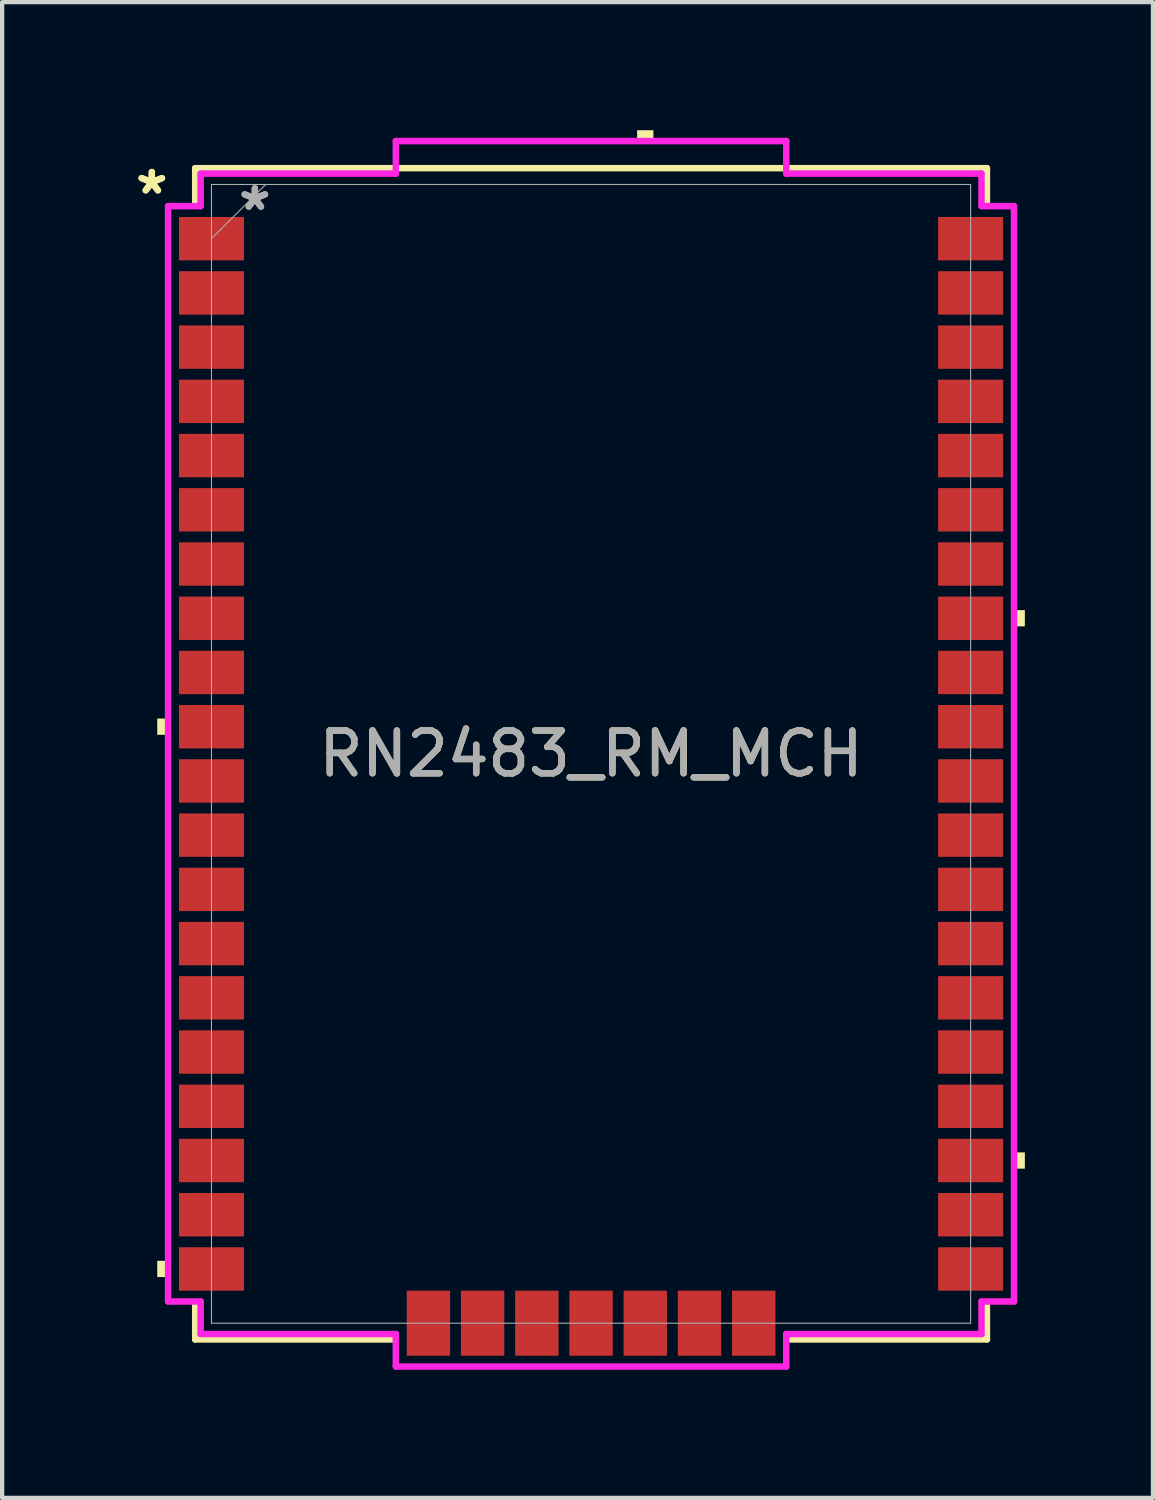
<source format=kicad_pcb>
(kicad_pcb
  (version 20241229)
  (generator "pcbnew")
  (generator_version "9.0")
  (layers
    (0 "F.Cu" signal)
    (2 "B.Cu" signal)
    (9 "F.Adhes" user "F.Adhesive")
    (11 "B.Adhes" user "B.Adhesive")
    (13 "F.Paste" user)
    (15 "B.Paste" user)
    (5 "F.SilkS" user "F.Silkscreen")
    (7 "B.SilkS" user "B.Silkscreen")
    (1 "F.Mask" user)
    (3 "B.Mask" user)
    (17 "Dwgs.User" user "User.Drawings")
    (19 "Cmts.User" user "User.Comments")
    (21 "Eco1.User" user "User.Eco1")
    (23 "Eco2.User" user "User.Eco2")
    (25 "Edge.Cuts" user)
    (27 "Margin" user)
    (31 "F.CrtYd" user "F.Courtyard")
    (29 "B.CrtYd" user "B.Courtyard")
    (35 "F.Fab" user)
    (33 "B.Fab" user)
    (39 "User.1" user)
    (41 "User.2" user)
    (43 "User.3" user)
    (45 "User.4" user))
  (footprint "RN2483_RM_MCH"
    (layer "F.Cu")
    (at 10.793 14.605)
    (property "Reference" "RN2483_RM_MCH" (at 0 0 0) (unlocked yes) (layer "F.SilkS") (effects (font (size 1 1) (thickness 0.15))))
    (attr smd)
    (fp_line (start -9.271 -13.716) (end -9.271 -12.906) (stroke (width 0.152) (type solid)) (layer "F.SilkS"))
    (fp_line (start -9.271 12.906) (end -9.271 13.716) (stroke (width 0.152) (type solid)) (layer "F.SilkS"))
    (fp_line (start -9.271 13.716) (end -4.651 13.716) (stroke (width 0.152) (type solid)) (layer "F.SilkS"))
    (fp_line (start 4.651 13.716) (end 9.271 13.716) (stroke (width 0.152) (type solid)) (layer "F.SilkS"))
    (fp_line (start 9.271 -13.716) (end -9.271 -13.716) (stroke (width 0.152) (type solid)) (layer "F.SilkS"))
    (fp_line (start 9.271 -12.906) (end 9.271 -13.716) (stroke (width 0.152) (type solid)) (layer "F.SilkS"))
    (fp_line (start 9.271 13.716) (end 9.271 12.906) (stroke (width 0.152) (type solid)) (layer "F.SilkS"))
    (fp_poly (pts (xy -10.16 -0.826) (xy -10.16 -0.445) (xy -9.906 -0.445) (xy -9.906 -0.826)) (stroke (width 0) (type solid)) (fill yes) (layer "F.SilkS"))
    (fp_poly (pts (xy -10.16 11.874) (xy -10.16 12.255) (xy -9.906 12.255) (xy -9.906 11.874)) (stroke (width 0) (type solid)) (fill yes) (layer "F.SilkS"))
    (fp_poly (pts (xy 1.079 -14.351) (xy 1.079 -14.605) (xy 1.46 -14.605) (xy 1.46 -14.351)) (stroke (width 0) (type solid)) (fill yes) (layer "F.SilkS"))
    (fp_poly (pts (xy 10.16 -3.365) (xy 10.16 -2.985) (xy 9.906 -2.985) (xy 9.906 -3.365)) (stroke (width 0) (type solid)) (fill yes) (layer "F.SilkS"))
    (fp_poly (pts (xy 10.16 9.335) (xy 10.16 9.716) (xy 9.906 9.716) (xy 9.906 9.335)) (stroke (width 0) (type solid)) (fill yes) (layer "F.SilkS"))
    (fp_line (start -9.906 -12.827) (end -9.144 -12.827) (stroke (width 0.152) (type solid)) (layer "F.CrtYd"))
    (fp_line (start -9.906 12.827) (end -9.906 -12.827) (stroke (width 0.152) (type solid)) (layer "F.CrtYd"))
    (fp_line (start -9.144 -13.589) (end -4.572 -13.589) (stroke (width 0.152) (type solid)) (layer "F.CrtYd"))
    (fp_line (start -9.144 -12.827) (end -9.144 -13.589) (stroke (width 0.152) (type solid)) (layer "F.CrtYd"))
    (fp_line (start -9.144 12.827) (end -9.906 12.827) (stroke (width 0.152) (type solid)) (layer "F.CrtYd"))
    (fp_line (start -9.144 13.589) (end -9.144 12.827) (stroke (width 0.152) (type solid)) (layer "F.CrtYd"))
    (fp_line (start -4.572 -14.351) (end 4.572 -14.351) (stroke (width 0.152) (type solid)) (layer "F.CrtYd"))
    (fp_line (start -4.572 -13.589) (end -4.572 -14.351) (stroke (width 0.152) (type solid)) (layer "F.CrtYd"))
    (fp_line (start -4.572 13.589) (end -9.144 13.589) (stroke (width 0.152) (type solid)) (layer "F.CrtYd"))
    (fp_line (start -4.572 14.351) (end -4.572 13.589) (stroke (width 0.152) (type solid)) (layer "F.CrtYd"))
    (fp_line (start 4.572 -14.351) (end 4.572 -13.589) (stroke (width 0.152) (type solid)) (layer "F.CrtYd"))
    (fp_line (start 4.572 -13.589) (end 9.144 -13.589) (stroke (width 0.152) (type solid)) (layer "F.CrtYd"))
    (fp_line (start 4.572 13.589) (end 4.572 14.351) (stroke (width 0.152) (type solid)) (layer "F.CrtYd"))
    (fp_line (start 4.572 14.351) (end -4.572 14.351) (stroke (width 0.152) (type solid)) (layer "F.CrtYd"))
    (fp_line (start 9.144 -13.589) (end 9.144 -12.827) (stroke (width 0.152) (type solid)) (layer "F.CrtYd"))
    (fp_line (start 9.144 -12.827) (end 9.906 -12.827) (stroke (width 0.152) (type solid)) (layer "F.CrtYd"))
    (fp_line (start 9.144 12.827) (end 9.144 13.589) (stroke (width 0.152) (type solid)) (layer "F.CrtYd"))
    (fp_line (start 9.144 13.589) (end 4.572 13.589) (stroke (width 0.152) (type solid)) (layer "F.CrtYd"))
    (fp_line (start 9.906 -12.827) (end 9.906 12.827) (stroke (width 0.152) (type solid)) (layer "F.CrtYd"))
    (fp_line (start 9.906 12.827) (end 9.144 12.827) (stroke (width 0.152) (type solid)) (layer "F.CrtYd"))
    (fp_line (start -8.89 -13.335) (end -8.89 13.335) (stroke (width 0.025) (type solid)) (layer "F.Fab"))
    (fp_line (start -8.89 -12.065) (end -7.62 -13.335) (stroke (width 0.025) (type solid)) (layer "F.Fab"))
    (fp_line (start -8.89 13.335) (end 8.89 13.335) (stroke (width 0.025) (type solid)) (layer "F.Fab"))
    (fp_line (start 8.89 -13.335) (end -8.89 -13.335) (stroke (width 0.025) (type solid)) (layer "F.Fab"))
    (fp_line (start 8.89 13.335) (end 8.89 -13.335) (stroke (width 0.025) (type solid)) (layer "F.Fab"))
    (fp_text user "*" (at -10.287 -13.081 0) (unlocked yes) (layer "F.SilkS") (effects (font (size 1 1) (thickness 0.15))))
    (fp_text user "*" (at -10.287 -13.081 0) (layer "F.SilkS") (effects (font (size 1 1) (thickness 0.15))))
    (fp_text user "${REFERENCE}" (at 0 0 0) (unlocked yes) (layer "F.Fab") (effects (font (size 1 1) (thickness 0.15))))
    (fp_text user "*" (at -7.874 -12.7 0) (unlocked yes) (layer "F.Fab") (effects (font (size 1 1) (thickness 0.15))))
    (fp_text user "*" (at -7.874 -12.7 0) (layer "F.Fab") (effects (font (size 1 1) (thickness 0.15))))
    (pad "1" smd rect (at -8.89 -12.065 90) (size 1.016 1.524) (layers "F.Cu" "F.Mask" "F.Paste"))
    (pad "2" smd rect (at -8.89 -10.795 90) (size 1.016 1.524) (layers "F.Cu" "F.Mask" "F.Paste"))
    (pad "3" smd rect (at -8.89 -9.525 90) (size 1.016 1.524) (layers "F.Cu" "F.Mask" "F.Paste"))
    (pad "4" smd rect (at -8.89 -8.255 90) (size 1.016 1.524) (layers "F.Cu" "F.Mask" "F.Paste"))
    (pad "5" smd rect (at -8.89 -6.985 90) (size 1.016 1.524) (layers "F.Cu" "F.Mask" "F.Paste"))
    (pad "6" smd rect (at -8.89 -5.715 90) (size 1.016 1.524) (layers "F.Cu" "F.Mask" "F.Paste"))
    (pad "7" smd rect (at -8.89 -4.445 90) (size 1.016 1.524) (layers "F.Cu" "F.Mask" "F.Paste"))
    (pad "8" smd rect (at -8.89 -3.175 90) (size 1.016 1.524) (layers "F.Cu" "F.Mask" "F.Paste"))
    (pad "9" smd rect (at -8.89 -1.905 90) (size 1.016 1.524) (layers "F.Cu" "F.Mask" "F.Paste"))
    (pad "10" smd rect (at -8.89 -0.635 90) (size 1.016 1.524) (layers "F.Cu" "F.Mask" "F.Paste"))
    (pad "11" smd rect (at -8.89 0.635 90) (size 1.016 1.524) (layers "F.Cu" "F.Mask" "F.Paste"))
    (pad "12" smd rect (at -8.89 1.905 90) (size 1.016 1.524) (layers "F.Cu" "F.Mask" "F.Paste"))
    (pad "13" smd rect (at -8.89 3.175 90) (size 1.016 1.524) (layers "F.Cu" "F.Mask" "F.Paste"))
    (pad "14" smd rect (at -8.89 4.445 90) (size 1.016 1.524) (layers "F.Cu" "F.Mask" "F.Paste"))
    (pad "15" smd rect (at -8.89 5.715 90) (size 1.016 1.524) (layers "F.Cu" "F.Mask" "F.Paste"))
    (pad "16" smd rect (at -8.89 6.985 90) (size 1.016 1.524) (layers "F.Cu" "F.Mask" "F.Paste"))
    (pad "17" smd rect (at -8.89 8.255 90) (size 1.016 1.524) (layers "F.Cu" "F.Mask" "F.Paste"))
    (pad "18" smd rect (at -8.89 9.525 90) (size 1.016 1.524) (layers "F.Cu" "F.Mask" "F.Paste"))
    (pad "19" smd rect (at -8.89 10.795 90) (size 1.016 1.524) (layers "F.Cu" "F.Mask" "F.Paste"))
    (pad "20" smd rect (at -8.89 12.065 90) (size 1.016 1.524) (layers "F.Cu" "F.Mask" "F.Paste"))
    (pad "21" smd rect (at -3.81 13.335) (size 1.016 1.524) (layers "F.Cu" "F.Mask" "F.Paste"))
    (pad "22" smd rect (at -2.54 13.335) (size 1.016 1.524) (layers "F.Cu" "F.Mask" "F.Paste"))
    (pad "23" smd rect (at -1.27 13.335) (size 1.016 1.524) (layers "F.Cu" "F.Mask" "F.Paste"))
    (pad "24" smd rect (at 0 13.335) (size 1.016 1.524) (layers "F.Cu" "F.Mask" "F.Paste"))
    (pad "25" smd rect (at 1.27 13.335) (size 1.016 1.524) (layers "F.Cu" "F.Mask" "F.Paste"))
    (pad "26" smd rect (at 2.54 13.335) (size 1.016 1.524) (layers "F.Cu" "F.Mask" "F.Paste"))
    (pad "27" smd rect (at 3.81 13.335) (size 1.016 1.524) (layers "F.Cu" "F.Mask" "F.Paste"))
    (pad "28" smd rect (at 8.89 12.065 90) (size 1.016 1.524) (layers "F.Cu" "F.Mask" "F.Paste"))
    (pad "29" smd rect (at 8.89 10.795 90) (size 1.016 1.524) (layers "F.Cu" "F.Mask" "F.Paste"))
    (pad "30" smd rect (at 8.89 9.525 90) (size 1.016 1.524) (layers "F.Cu" "F.Mask" "F.Paste"))
    (pad "31" smd rect (at 8.89 8.255 90) (size 1.016 1.524) (layers "F.Cu" "F.Mask" "F.Paste"))
    (pad "32" smd rect (at 8.89 6.985 90) (size 1.016 1.524) (layers "F.Cu" "F.Mask" "F.Paste"))
    (pad "33" smd rect (at 8.89 5.715 90) (size 1.016 1.524) (layers "F.Cu" "F.Mask" "F.Paste"))
    (pad "34" smd rect (at 8.89 4.445 90) (size 1.016 1.524) (layers "F.Cu" "F.Mask" "F.Paste"))
    (pad "35" smd rect (at 8.89 3.175 90) (size 1.016 1.524) (layers "F.Cu" "F.Mask" "F.Paste"))
    (pad "36" smd rect (at 8.89 1.905 90) (size 1.016 1.524) (layers "F.Cu" "F.Mask" "F.Paste"))
    (pad "37" smd rect (at 8.89 0.635 90) (size 1.016 1.524) (layers "F.Cu" "F.Mask" "F.Paste"))
    (pad "38" smd rect (at 8.89 -0.635 90) (size 1.016 1.524) (layers "F.Cu" "F.Mask" "F.Paste"))
    (pad "39" smd rect (at 8.89 -1.905 90) (size 1.016 1.524) (layers "F.Cu" "F.Mask" "F.Paste"))
    (pad "40" smd rect (at 8.89 -3.175 90) (size 1.016 1.524) (layers "F.Cu" "F.Mask" "F.Paste"))
    (pad "41" smd rect (at 8.89 -4.445 90) (size 1.016 1.524) (layers "F.Cu" "F.Mask" "F.Paste"))
    (pad "42" smd rect (at 8.89 -5.715 90) (size 1.016 1.524) (layers "F.Cu" "F.Mask" "F.Paste"))
    (pad "43" smd rect (at 8.89 -6.985 90) (size 1.016 1.524) (layers "F.Cu" "F.Mask" "F.Paste"))
    (pad "44" smd rect (at 8.89 -8.255 90) (size 1.016 1.524) (layers "F.Cu" "F.Mask" "F.Paste"))
    (pad "45" smd rect (at 8.89 -9.525 90) (size 1.016 1.524) (layers "F.Cu" "F.Mask" "F.Paste"))
    (pad "46" smd rect (at 8.89 -10.795 90) (size 1.016 1.524) (layers "F.Cu" "F.Mask" "F.Paste"))
    (pad "47" smd rect (at 8.89 -12.065 90) (size 1.016 1.524) (layers "F.Cu" "F.Mask" "F.Paste")))
  (gr_rect
    (start -3 -3)
    (end 23.953 32.032)
    (stroke (width 0.1) (type default))
    (fill no)
    (layer "Edge.Cuts")))
</source>
